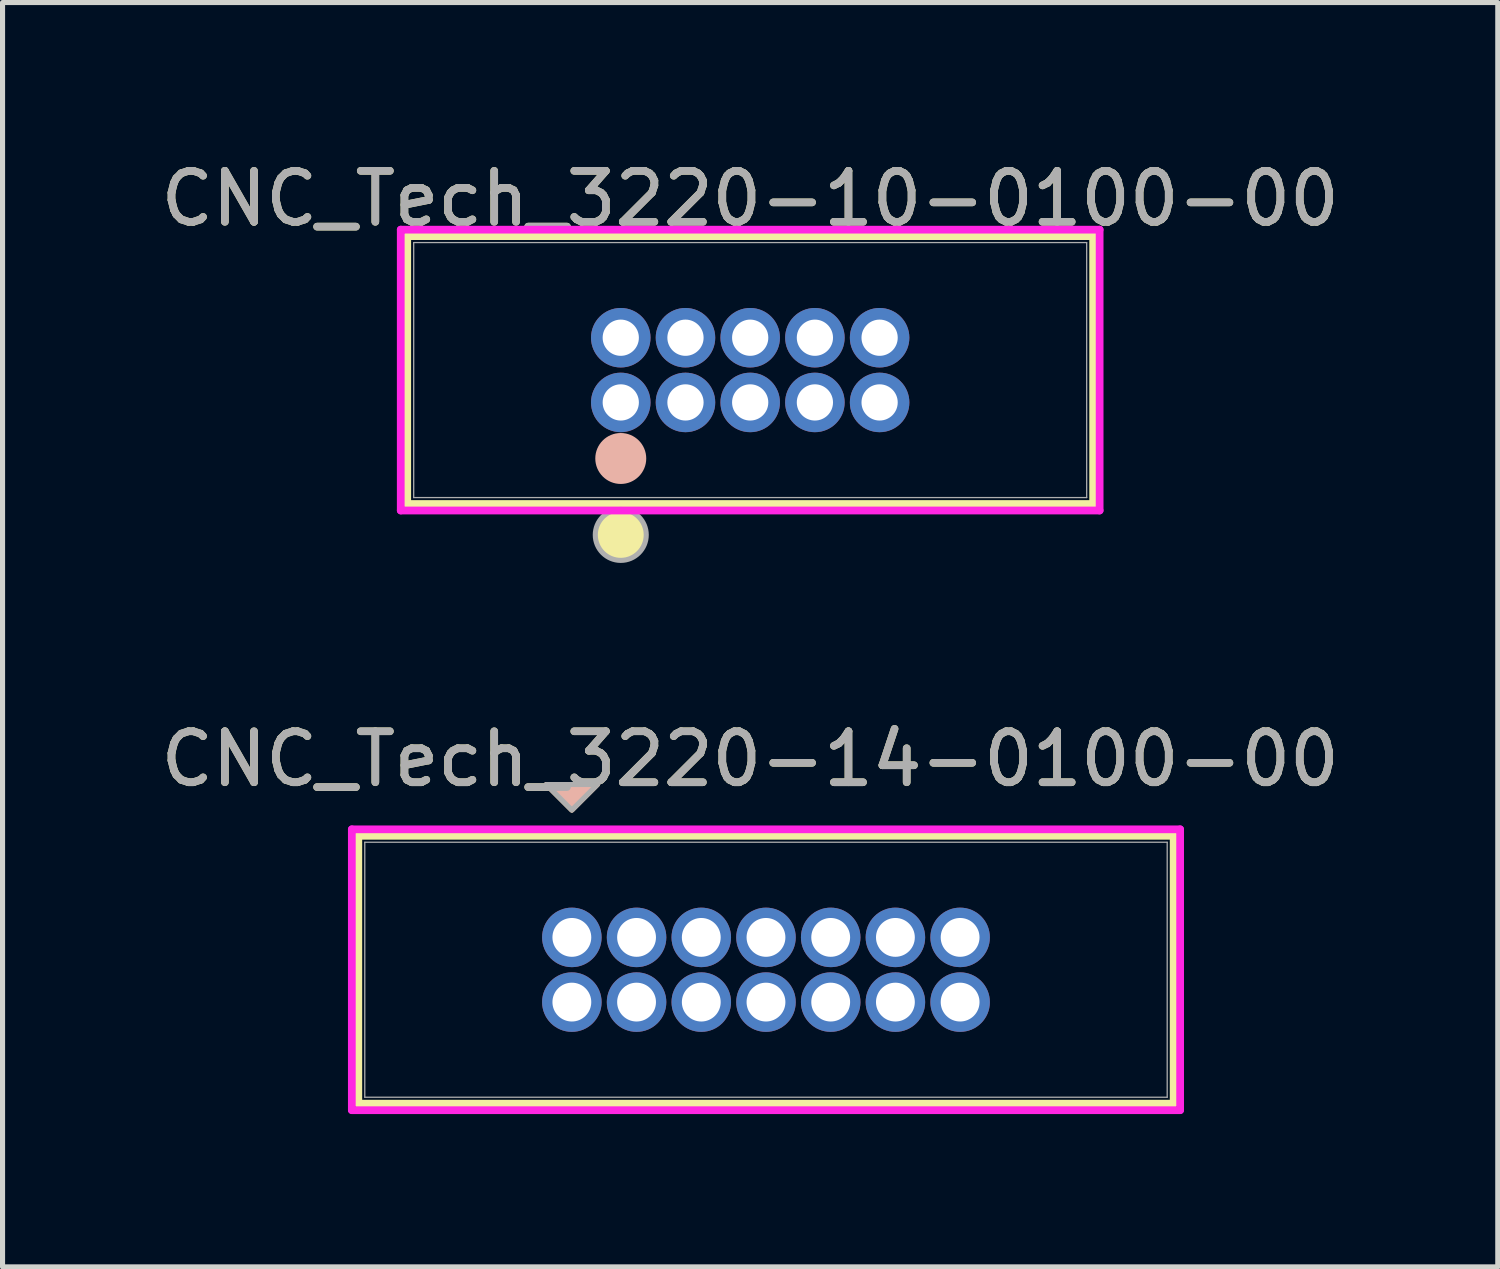
<source format=kicad_pcb>
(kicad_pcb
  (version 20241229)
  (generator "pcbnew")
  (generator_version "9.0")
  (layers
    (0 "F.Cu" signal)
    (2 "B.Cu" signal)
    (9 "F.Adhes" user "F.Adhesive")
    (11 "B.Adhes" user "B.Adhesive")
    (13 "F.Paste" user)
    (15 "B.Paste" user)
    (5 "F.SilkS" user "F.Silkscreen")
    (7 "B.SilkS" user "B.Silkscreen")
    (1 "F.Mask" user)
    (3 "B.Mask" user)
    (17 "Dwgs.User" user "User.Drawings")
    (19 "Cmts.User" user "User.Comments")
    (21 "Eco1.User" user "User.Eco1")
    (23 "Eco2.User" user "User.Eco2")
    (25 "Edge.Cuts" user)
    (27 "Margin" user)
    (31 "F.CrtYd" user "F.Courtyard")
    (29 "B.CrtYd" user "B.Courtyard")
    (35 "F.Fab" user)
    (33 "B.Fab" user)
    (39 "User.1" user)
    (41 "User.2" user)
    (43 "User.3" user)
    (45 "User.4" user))
  (footprint "CNC_Tech_3220-10-0100-00"
    (layer "F.Cu")
    (at 9.133 4.848)
    (property "Reference" "CNC_Tech_3220-10-0100-00" (at 2.54 -4 0) (unlocked yes) (layer "F.SilkS") (effects (font (size 1 1) (thickness 0.15))))
    (attr through_hole)
    (fp_line (start -4.191 -3.264) (end -4.191 1.994) (stroke (width 0.152) (type solid)) (layer "F.SilkS"))
    (fp_line (start -4.191 1.994) (end 9.271 1.994) (stroke (width 0.152) (type solid)) (layer "F.SilkS"))
    (fp_line (start 9.271 -3.264) (end -4.191 -3.264) (stroke (width 0.152) (type solid)) (layer "F.SilkS"))
    (fp_line (start 9.271 1.994) (end 9.271 -3.264) (stroke (width 0.152) (type solid)) (layer "F.SilkS"))
    (fp_circle (center 0 2.6) (end 0.5 2.6) (stroke (width 0) (type solid)) (fill yes) (layer "F.SilkS"))
    (fp_circle (center 0 1.1) (end 0.5 1.1) (stroke (width 0) (type solid)) (fill yes) (layer "B.SilkS"))
    (fp_line (start -4.318 -3.391) (end -4.318 2.121) (stroke (width 0.152) (type solid)) (layer "F.CrtYd"))
    (fp_line (start -4.318 2.121) (end 9.398 2.121) (stroke (width 0.152) (type solid)) (layer "F.CrtYd"))
    (fp_line (start 9.398 -3.391) (end -4.318 -3.391) (stroke (width 0.152) (type solid)) (layer "F.CrtYd"))
    (fp_line (start 9.398 2.121) (end 9.398 -3.391) (stroke (width 0.152) (type solid)) (layer "F.CrtYd"))
    (fp_line (start -4.064 -3.137) (end -4.064 1.867) (stroke (width 0.025) (type solid)) (layer "F.Fab"))
    (fp_line (start -4.064 1.867) (end 9.144 1.867) (stroke (width 0.025) (type solid)) (layer "F.Fab"))
    (fp_line (start 9.144 -3.137) (end -4.064 -3.137) (stroke (width 0.025) (type solid)) (layer "F.Fab"))
    (fp_line (start 9.144 1.867) (end 9.144 -3.137) (stroke (width 0.025) (type solid)) (layer "F.Fab"))
    (fp_circle (center 0 2.6) (end 0.5 2.6) (stroke (width 0.1) (type solid)) (fill no) (layer "F.Fab"))
    (fp_text user "${REFERENCE}" (at 2.54 -4 0) (unlocked yes) (layer "F.Fab") (effects (font (size 1 1) (thickness 0.15))))
    (pad "1" thru_hole circle (at 0 0) (size 1.168 1.168) (drill 0.711) (layers "*.Cu" "*.Mask"))
    (pad "2" thru_hole circle (at 0 -1.27) (size 1.168 1.168) (drill 0.711) (layers "*.Cu" "*.Mask"))
    (pad "3" thru_hole circle (at 1.27 0) (size 1.168 1.168) (drill 0.711) (layers "*.Cu" "*.Mask"))
    (pad "4" thru_hole circle (at 1.27 -1.27) (size 1.168 1.168) (drill 0.711) (layers "*.Cu" "*.Mask"))
    (pad "5" thru_hole circle (at 2.54 0) (size 1.168 1.168) (drill 0.711) (layers "*.Cu" "*.Mask"))
    (pad "6" thru_hole circle (at 2.54 -1.27) (size 1.168 1.168) (drill 0.711) (layers "*.Cu" "*.Mask"))
    (pad "7" thru_hole circle (at 3.81 0) (size 1.168 1.168) (drill 0.711) (layers "*.Cu" "*.Mask"))
    (pad "8" thru_hole circle (at 3.81 -1.27) (size 1.168 1.168) (drill 0.711) (layers "*.Cu" "*.Mask"))
    (pad "9" thru_hole circle (at 5.08 0) (size 1.168 1.168) (drill 0.711) (layers "*.Cu" "*.Mask"))
    (pad "10" thru_hole circle (at 5.08 -1.27) (size 1.168 1.168) (drill 0.711) (layers "*.Cu" "*.Mask")))
  (footprint "CNC_Tech_3220-14-0100-00"
    (layer "F.Cu")
    (at 8.173 15.347)
    (property "Reference" "CNC_Tech_3220-14-0100-00" (at 3.5 -3.5 0) (unlocked yes) (layer "F.SilkS") (effects (font (size 1 1) (thickness 0.15))))
    (attr through_hole)
    (fp_line (start -4.191 -1.994) (end -4.191 3.264) (stroke (width 0.152) (type solid)) (layer "F.SilkS"))
    (fp_line (start -4.191 3.264) (end 11.811 3.264) (stroke (width 0.152) (type solid)) (layer "F.SilkS"))
    (fp_line (start 11.811 -1.994) (end -4.191 -1.994) (stroke (width 0.152) (type solid)) (layer "F.SilkS"))
    (fp_line (start 11.811 3.264) (end 11.811 -1.994) (stroke (width 0.152) (type solid)) (layer "F.SilkS"))
    (fp_poly (pts (xy -0.5 -3) (xy 0.5 -3) (xy 0 -2.5)) (stroke (width 0.1) (type solid)) (fill yes) (layer "F.SilkS"))
    (fp_poly (pts (xy -0.5 -3) (xy 0.5 -3) (xy 0 -2.5)) (stroke (width 0.1) (type solid)) (fill yes) (layer "B.SilkS"))
    (fp_line (start -4.318 -2.121) (end -4.318 3.391) (stroke (width 0.152) (type solid)) (layer "F.CrtYd"))
    (fp_line (start -4.318 3.391) (end 11.938 3.391) (stroke (width 0.152) (type solid)) (layer "F.CrtYd"))
    (fp_line (start 11.938 -2.121) (end -4.318 -2.121) (stroke (width 0.152) (type solid)) (layer "F.CrtYd"))
    (fp_line (start 11.938 3.391) (end 11.938 -2.121) (stroke (width 0.152) (type solid)) (layer "F.CrtYd"))
    (fp_line (start -4.064 -1.867) (end -4.064 3.137) (stroke (width 0.025) (type solid)) (layer "F.Fab"))
    (fp_line (start -4.064 3.137) (end 11.684 3.137) (stroke (width 0.025) (type solid)) (layer "F.Fab"))
    (fp_line (start 11.684 -1.867) (end -4.064 -1.867) (stroke (width 0.025) (type solid)) (layer "F.Fab"))
    (fp_line (start 11.684 3.137) (end 11.684 -1.867) (stroke (width 0.025) (type solid)) (layer "F.Fab"))
    (fp_poly (pts (xy -0.5 -3) (xy 0.5 -3) (xy 0 -2.5)) (stroke (width 0.1) (type solid)) (fill no) (layer "F.Fab"))
    (fp_text user "${REFERENCE}" (at 3.5 -3.5 0) (unlocked yes) (layer "F.Fab") (effects (font (size 1 1) (thickness 0.15))))
    (pad "1" thru_hole circle (at 0 0) (size 1.168 1.168) (drill 0.762) (layers "*.Cu" "*.Mask"))
    (pad "2" thru_hole circle (at 0 1.27) (size 1.168 1.168) (drill 0.762) (layers "*.Cu" "*.Mask"))
    (pad "3" thru_hole circle (at 1.27 0) (size 1.168 1.168) (drill 0.762) (layers "*.Cu" "*.Mask"))
    (pad "4" thru_hole circle (at 1.27 1.27) (size 1.168 1.168) (drill 0.762) (layers "*.Cu" "*.Mask"))
    (pad "5" thru_hole circle (at 2.54 0) (size 1.168 1.168) (drill 0.762) (layers "*.Cu" "*.Mask"))
    (pad "6" thru_hole circle (at 2.54 1.27) (size 1.168 1.168) (drill 0.762) (layers "*.Cu" "*.Mask"))
    (pad "7" thru_hole circle (at 3.81 0) (size 1.168 1.168) (drill 0.762) (layers "*.Cu" "*.Mask"))
    (pad "8" thru_hole circle (at 3.81 1.27) (size 1.168 1.168) (drill 0.762) (layers "*.Cu" "*.Mask"))
    (pad "9" thru_hole circle (at 5.08 0) (size 1.168 1.168) (drill 0.762) (layers "*.Cu" "*.Mask"))
    (pad "10" thru_hole circle (at 5.08 1.27) (size 1.168 1.168) (drill 0.762) (layers "*.Cu" "*.Mask"))
    (pad "11" thru_hole circle (at 6.35 0) (size 1.168 1.168) (drill 0.762) (layers "*.Cu" "*.Mask"))
    (pad "12" thru_hole circle (at 6.35 1.27) (size 1.168 1.168) (drill 0.762) (layers "*.Cu" "*.Mask"))
    (pad "13" thru_hole circle (at 7.62 0) (size 1.168 1.168) (drill 0.762) (layers "*.Cu" "*.Mask"))
    (pad "14" thru_hole circle (at 7.62 1.27) (size 1.168 1.168) (drill 0.762) (layers "*.Cu" "*.Mask")))
  (gr_rect
    (start -3 -3)
    (end 26.345 21.814)
    (stroke (width 0.1) (type default))
    (fill no)
    (layer "Edge.Cuts")))
</source>
